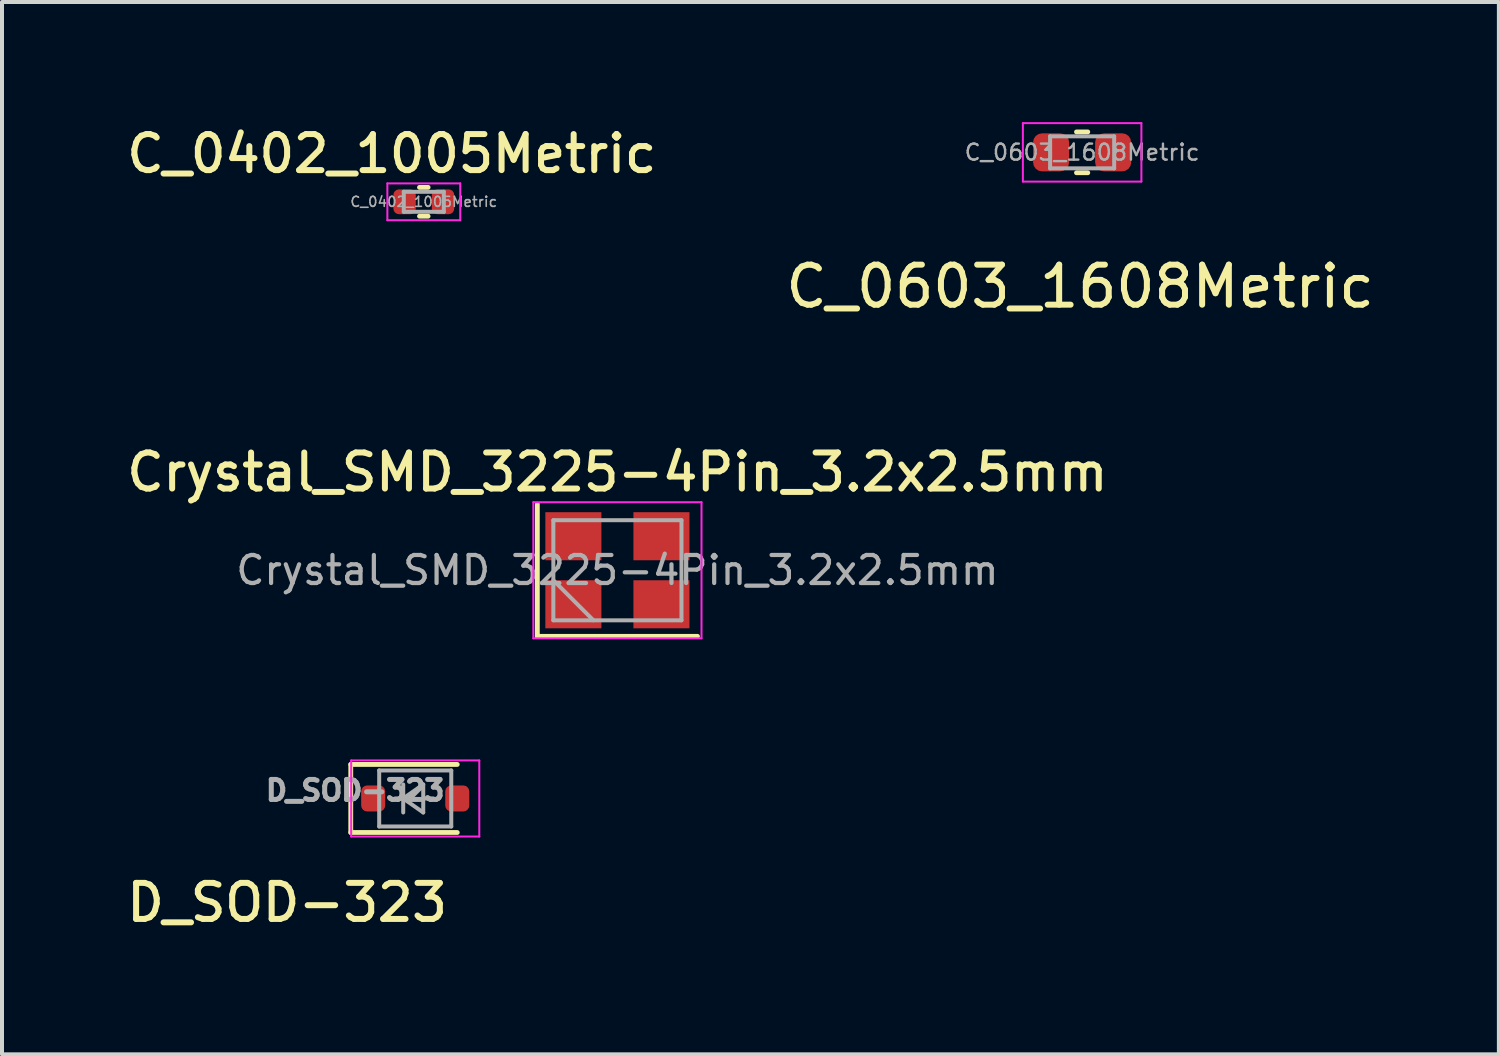
<source format=kicad_pcb>
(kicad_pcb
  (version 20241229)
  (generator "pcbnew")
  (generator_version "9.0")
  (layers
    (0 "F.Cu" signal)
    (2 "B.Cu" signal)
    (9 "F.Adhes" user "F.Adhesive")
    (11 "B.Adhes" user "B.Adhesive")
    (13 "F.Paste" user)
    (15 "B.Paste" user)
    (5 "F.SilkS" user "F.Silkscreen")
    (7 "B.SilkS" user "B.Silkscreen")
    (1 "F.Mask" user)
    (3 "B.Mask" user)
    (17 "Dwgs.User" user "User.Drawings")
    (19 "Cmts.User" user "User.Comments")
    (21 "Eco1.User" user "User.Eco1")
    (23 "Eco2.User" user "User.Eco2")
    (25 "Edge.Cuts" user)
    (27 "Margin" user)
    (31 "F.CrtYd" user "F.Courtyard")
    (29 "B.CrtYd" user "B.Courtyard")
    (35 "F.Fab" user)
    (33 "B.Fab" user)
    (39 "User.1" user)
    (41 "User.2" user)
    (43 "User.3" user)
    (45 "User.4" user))
  (footprint "Crystal_SMD_3225-4Pin_3.2x2.5mm"
    (layer "F.Cu")
    (at 12.371 11.193)
    (property "Reference" "Crystal_SMD_3225-4Pin_3.2x2.5mm" (at 0 -2.45 0) (layer "F.SilkS") (effects (font (size 0.9 0.9) (thickness 0.15))))
    (attr smd)
    (fp_line (start -2 -1.65) (end -2 1.65) (stroke (width 0.12) (type solid)) (layer "F.SilkS"))
    (fp_line (start -2 1.65) (end 2 1.65) (stroke (width 0.12) (type solid)) (layer "F.SilkS"))
    (fp_line (start -2.1 -1.7) (end -2.1 1.7) (stroke (width 0.05) (type solid)) (layer "F.CrtYd"))
    (fp_line (start -2.1 1.7) (end 2.1 1.7) (stroke (width 0.05) (type solid)) (layer "F.CrtYd"))
    (fp_line (start 2.1 -1.7) (end -2.1 -1.7) (stroke (width 0.05) (type solid)) (layer "F.CrtYd"))
    (fp_line (start 2.1 1.7) (end 2.1 -1.7) (stroke (width 0.05) (type solid)) (layer "F.CrtYd"))
    (fp_line (start -1.6 -1.25) (end -1.6 1.25) (stroke (width 0.1) (type solid)) (layer "F.Fab"))
    (fp_line (start -1.6 0.25) (end -0.6 1.25) (stroke (width 0.1) (type solid)) (layer "F.Fab"))
    (fp_line (start -1.6 1.25) (end 1.6 1.25) (stroke (width 0.1) (type solid)) (layer "F.Fab"))
    (fp_line (start 1.6 -1.25) (end -1.6 -1.25) (stroke (width 0.1) (type solid)) (layer "F.Fab"))
    (fp_line (start 1.6 1.25) (end 1.6 -1.25) (stroke (width 0.1) (type solid)) (layer "F.Fab"))
    (fp_text user "${REFERENCE}" (at 0 0 0) (layer "F.Fab") (effects (font (size 0.7 0.7) (thickness 0.105))))
    (pad "1" smd rect (at -1.1 0.85) (size 1.4 1.2) (layers "F.Cu" "F.Mask" "F.Paste"))
    (pad "2" smd rect (at 1.1 0.85) (size 1.4 1.2) (layers "F.Cu" "F.Mask" "F.Paste"))
    (pad "3" smd rect (at 1.1 -0.85) (size 1.4 1.2) (layers "F.Cu" "F.Mask" "F.Paste"))
    (pad "4" smd rect (at -1.1 -0.85) (size 1.4 1.2) (layers "F.Cu" "F.Mask" "F.Paste")))
  (footprint "D_SOD-323"
    (layer "F.Cu")
    (at 7.321 16.893)
    (property "Reference" "D_SOD-323" (at -3.2 2.6 180) (layer "F.SilkS") (effects (font (size 0.9 0.9) (thickness 0.15))))
    (attr smd)
    (fp_line (start -1.61 -0.85) (end -1.61 0.85) (stroke (width 0.12) (type solid)) (layer "F.SilkS"))
    (fp_line (start -1.61 -0.85) (end 1.05 -0.85) (stroke (width 0.12) (type solid)) (layer "F.SilkS"))
    (fp_line (start -1.61 0.85) (end 1.05 0.85) (stroke (width 0.12) (type solid)) (layer "F.SilkS"))
    (fp_line (start -1.6 -0.95) (end -1.6 0.95) (stroke (width 0.05) (type solid)) (layer "F.CrtYd"))
    (fp_line (start -1.6 -0.95) (end 1.6 -0.95) (stroke (width 0.05) (type solid)) (layer "F.CrtYd"))
    (fp_line (start -1.6 0.95) (end 1.6 0.95) (stroke (width 0.05) (type solid)) (layer "F.CrtYd"))
    (fp_line (start 1.6 -0.95) (end 1.6 0.95) (stroke (width 0.05) (type solid)) (layer "F.CrtYd"))
    (fp_line (start -0.9 -0.7) (end 0.9 -0.7) (stroke (width 0.1) (type solid)) (layer "F.Fab"))
    (fp_line (start -0.9 0.7) (end -0.9 -0.7) (stroke (width 0.1) (type solid)) (layer "F.Fab"))
    (fp_line (start -0.3 -0.35) (end -0.3 0.35) (stroke (width 0.1) (type solid)) (layer "F.Fab"))
    (fp_line (start -0.3 0) (end -0.5 0) (stroke (width 0.1) (type solid)) (layer "F.Fab"))
    (fp_line (start -0.3 0) (end 0.2 -0.35) (stroke (width 0.1) (type solid)) (layer "F.Fab"))
    (fp_line (start 0.2 -0.35) (end 0.2 0.35) (stroke (width 0.1) (type solid)) (layer "F.Fab"))
    (fp_line (start 0.2 0) (end 0.45 0) (stroke (width 0.1) (type solid)) (layer "F.Fab"))
    (fp_line (start 0.2 0.35) (end -0.3 0) (stroke (width 0.1) (type solid)) (layer "F.Fab"))
    (fp_line (start 0.9 -0.7) (end 0.9 0.7) (stroke (width 0.1) (type solid)) (layer "F.Fab"))
    (fp_line (start 0.9 0.7) (end -0.9 0.7) (stroke (width 0.1) (type solid)) (layer "F.Fab"))
    (fp_text user "${REFERENCE}" (at -1.5 -0.2 180) (layer "F.Fab") (effects (font (size 0.5 0.5) (thickness 0.125))))
    (pad "1" smd roundrect (at -1.05 0) (size 0.6 0.65) (layers "F.Cu" "F.Mask" "F.Paste") (roundrect_rratio 0.25))
    (pad "2" smd roundrect (at 1.05 0) (size 0.6 0.65) (layers "F.Cu" "F.Mask" "F.Paste") (roundrect_rratio 0.25)))
  (footprint "C_0603_1608Metric"
    (layer "F.Cu")
    (at 23.978 0.755)
    (property "Reference" "C_0603_1608Metric" (at -0.05 3.35 180) (layer "F.SilkS") (effects (font (size 1 1) (thickness 0.15))))
    (attr smd)
    (fp_line (start -0.141 -0.51) (end 0.141 -0.51) (stroke (width 0.12) (type solid)) (layer "F.SilkS"))
    (fp_line (start -0.141 0.51) (end 0.141 0.51) (stroke (width 0.12) (type solid)) (layer "F.SilkS"))
    (fp_line (start -1.48 -0.73) (end 1.48 -0.73) (stroke (width 0.05) (type solid)) (layer "F.CrtYd"))
    (fp_line (start -1.48 0.73) (end -1.48 -0.73) (stroke (width 0.05) (type solid)) (layer "F.CrtYd"))
    (fp_line (start 1.48 -0.73) (end 1.48 0.73) (stroke (width 0.05) (type solid)) (layer "F.CrtYd"))
    (fp_line (start 1.48 0.73) (end -1.48 0.73) (stroke (width 0.05) (type solid)) (layer "F.CrtYd"))
    (fp_line (start -0.8 -0.4) (end 0.8 -0.4) (stroke (width 0.1) (type solid)) (layer "F.Fab"))
    (fp_line (start -0.8 0.4) (end -0.8 -0.4) (stroke (width 0.1) (type solid)) (layer "F.Fab"))
    (fp_line (start 0.8 -0.4) (end 0.8 0.4) (stroke (width 0.1) (type solid)) (layer "F.Fab"))
    (fp_line (start 0.8 0.4) (end -0.8 0.4) (stroke (width 0.1) (type solid)) (layer "F.Fab"))
    (fp_text user "${REFERENCE}" (at 0 0 180) (layer "F.Fab") (effects (font (size 0.4 0.4) (thickness 0.06))))
    (pad "1" smd roundrect (at -0.775 0) (size 0.9 0.95) (layers "F.Cu" "F.Mask" "F.Paste") (roundrect_rratio 0.25))
    (pad "2" smd roundrect (at 0.775 0) (size 0.9 0.95) (layers "F.Cu" "F.Mask" "F.Paste") (roundrect_rratio 0.25)))
  (footprint "C_0402_1005Metric"
    (layer "F.Cu")
    (at 7.535 1.99)
    (property "Reference" "C_0402_1005Metric" (at -0.8 -1.2 0) (layer "F.SilkS") (effects (font (size 0.9 0.9) (thickness 0.15))))
    (attr smd)
    (fp_line (start -0.108 -0.36) (end 0.108 -0.36) (stroke (width 0.12) (type solid)) (layer "F.SilkS"))
    (fp_line (start -0.108 0.36) (end 0.108 0.36) (stroke (width 0.12) (type solid)) (layer "F.SilkS"))
    (fp_line (start -0.91 -0.46) (end 0.91 -0.46) (stroke (width 0.05) (type solid)) (layer "F.CrtYd"))
    (fp_line (start -0.91 0.46) (end -0.91 -0.46) (stroke (width 0.05) (type solid)) (layer "F.CrtYd"))
    (fp_line (start 0.91 -0.46) (end 0.91 0.46) (stroke (width 0.05) (type solid)) (layer "F.CrtYd"))
    (fp_line (start 0.91 0.46) (end -0.91 0.46) (stroke (width 0.05) (type solid)) (layer "F.CrtYd"))
    (fp_line (start -0.5 -0.25) (end 0.5 -0.25) (stroke (width 0.1) (type solid)) (layer "F.Fab"))
    (fp_line (start -0.5 0.25) (end -0.5 -0.25) (stroke (width 0.1) (type solid)) (layer "F.Fab"))
    (fp_line (start 0.5 -0.25) (end 0.5 0.25) (stroke (width 0.1) (type solid)) (layer "F.Fab"))
    (fp_line (start 0.5 0.25) (end -0.5 0.25) (stroke (width 0.1) (type solid)) (layer "F.Fab"))
    (fp_text user "${REFERENCE}" (at 0 0 0) (layer "F.Fab") (effects (font (size 0.25 0.25) (thickness 0.04))))
    (pad "1" smd roundrect (at -0.48 0) (size 0.56 0.62) (layers "F.Cu" "F.Mask" "F.Paste") (roundrect_rratio 0.25))
    (pad "2" smd roundrect (at 0.48 0) (size 0.56 0.62) (layers "F.Cu" "F.Mask" "F.Paste") (roundrect_rratio 0.25)))
  (gr_rect
    (start -3 -3)
    (end 34.387 23.283)
    (stroke (width 0.1) (type default))
    (fill no)
    (layer "Edge.Cuts")))
</source>
